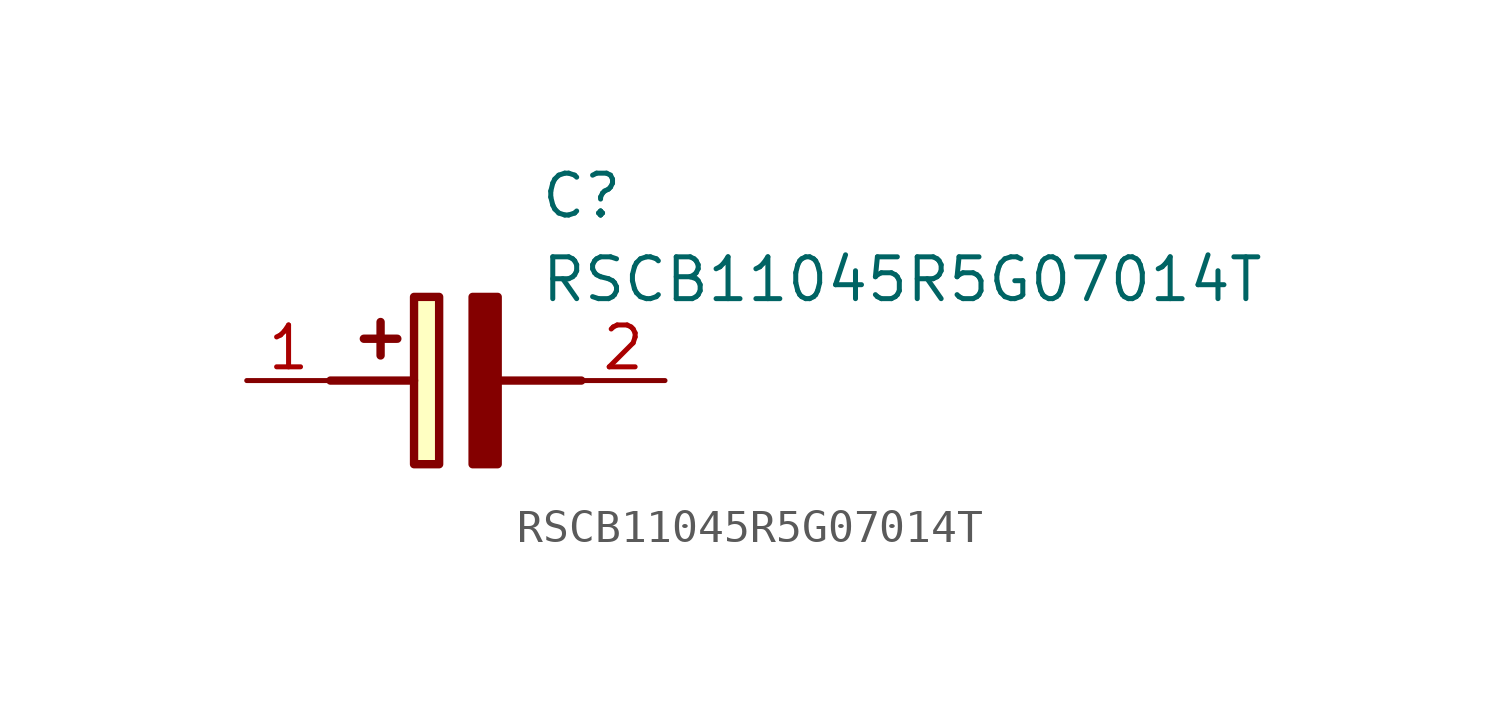
<source format=kicad_sym>
(kicad_symbol_lib
  (version 20211014)
  (generator SamacSys_ECAD_Model)
  (symbol "RSCB11045R5G07014T"
    (pin_names hide)
    (property "Reference" "C"
      (at 8.89 6.35 0)
      (effects (font (size 1.27 1.27)) (justify left top)))
    (property "Value" "RSCB11045R5G07014T"
      (at 8.89 3.81 0)
      (effects (font (size 1.27 1.27)) (justify left top)))
    (rectangle
      (start 5.08 2.54)
      (end 5.842 -2.54)
      (stroke (width 0.254) (type default))
      (fill (type background)))
    (polyline
      (pts (xy 4.572 1.27) (xy 3.556 1.27))
      (stroke (width 0.254) (type default))
      (fill (type none)))
    (polyline
      (pts (xy 4.064 1.778) (xy 4.064 0.762))
      (stroke (width 0.254) (type default))
      (fill (type none)))
    (polyline
      (pts (xy 2.54 0) (xy 5.08 0))
      (stroke (width 0.254) (type default))
      (fill (type none)))
    (polyline
      (pts (xy 7.62 0) (xy 10.16 0))
      (stroke (width 0.254) (type default))
      (fill (type none)))
    (polyline
      (pts (xy 7.62 2.54) (xy 7.62 -2.54) (xy 6.858 -2.54) (xy 6.858 2.54) (xy 7.62 2.54))
      (stroke (width 0.254) (type default))
      (fill (type outline)))
    (pin passive line
      (at 0 0 0)
      (length 2.54)
      (name "+" (effects (font (size 1.27 1.27))))
      (number "1" (effects (font (size 1.27 1.27)))))
    (pin passive line
      (at 12.7 0 180)
      (length 2.54)
      (name "-" (effects (font (size 1.27 1.27))))
      (number "2" (effects (font (size 1.27 1.27)))))))
</source>
